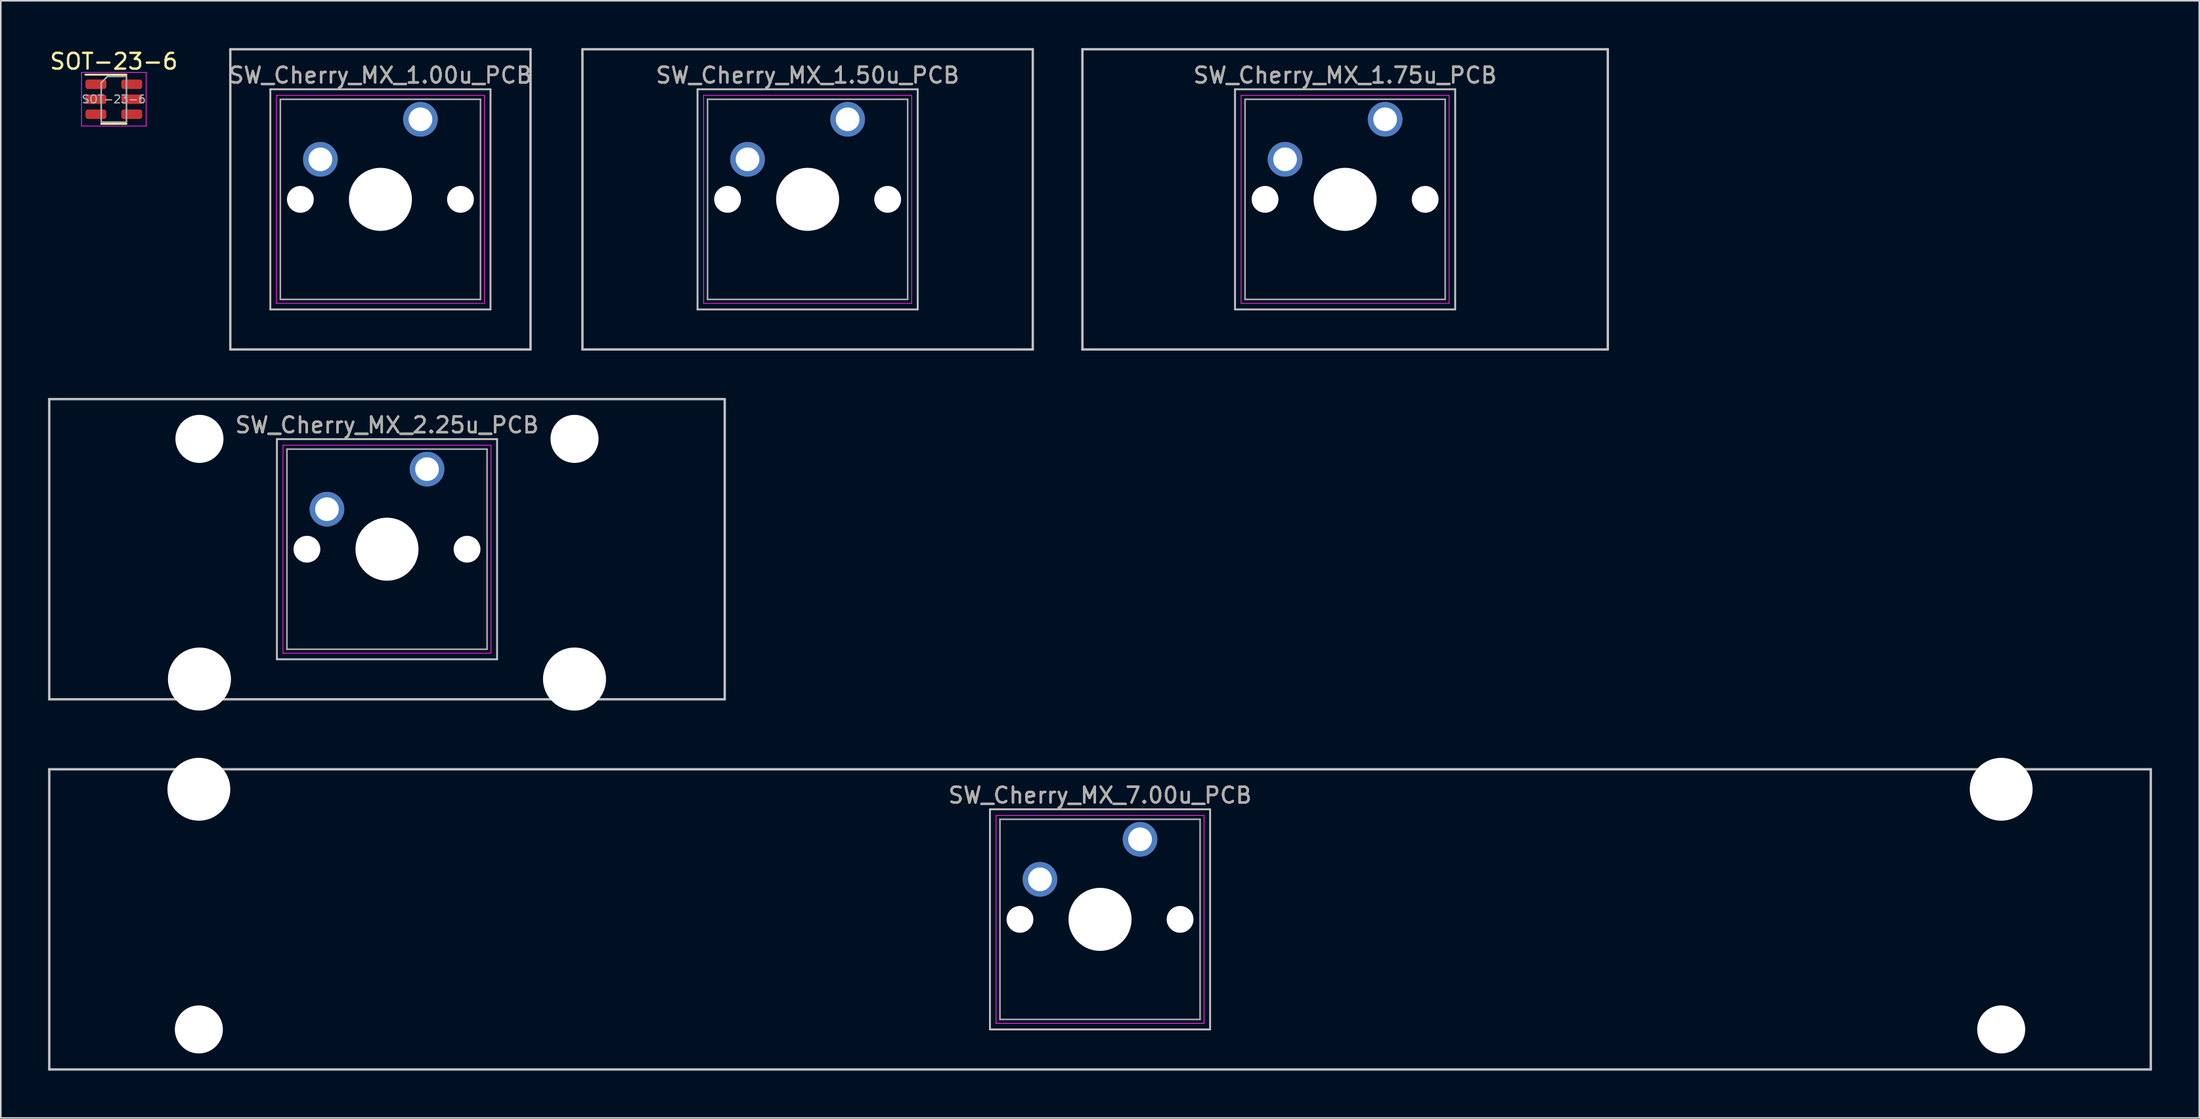
<source format=kicad_pcb>
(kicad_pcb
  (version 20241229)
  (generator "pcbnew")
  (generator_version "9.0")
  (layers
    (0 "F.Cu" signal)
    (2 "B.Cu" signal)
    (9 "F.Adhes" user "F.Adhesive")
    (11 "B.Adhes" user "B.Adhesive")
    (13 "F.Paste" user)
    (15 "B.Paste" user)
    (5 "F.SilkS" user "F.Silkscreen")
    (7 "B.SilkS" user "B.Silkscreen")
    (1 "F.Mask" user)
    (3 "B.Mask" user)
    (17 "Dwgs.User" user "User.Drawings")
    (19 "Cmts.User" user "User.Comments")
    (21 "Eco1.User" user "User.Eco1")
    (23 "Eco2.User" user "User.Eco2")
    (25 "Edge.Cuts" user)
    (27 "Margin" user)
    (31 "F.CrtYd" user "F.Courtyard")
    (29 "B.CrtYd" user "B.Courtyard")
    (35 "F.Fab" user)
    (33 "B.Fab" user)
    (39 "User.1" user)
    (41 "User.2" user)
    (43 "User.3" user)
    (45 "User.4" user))
  (footprint "SW_Cherry_MX_2.25u_PCB"
    (layer "F.Cu")
    (at 24.046 26.72)
    (property "Reference" "SW_Cherry_MX_2.25u_PCB" (at -2.54 -2.794 0) (layer "F.SilkS") (effects (font (size 1 1) (thickness 0.15))))
    (attr through_hole exclude_from_bom)
    (fp_line (start -23.971 -4.445) (end 18.891 -4.445) (stroke (width 0.15) (type solid)) (layer "Dwgs.User"))
    (fp_line (start -23.971 14.605) (end -23.971 -4.445) (stroke (width 0.15) (type solid)) (layer "Dwgs.User"))
    (fp_line (start -9.525 -1.905) (end 4.445 -1.905) (stroke (width 0.12) (type solid)) (layer "Dwgs.User"))
    (fp_line (start -9.525 12.065) (end -9.525 -1.905) (stroke (width 0.12) (type solid)) (layer "Dwgs.User"))
    (fp_line (start 4.445 -1.905) (end 4.445 12.065) (stroke (width 0.12) (type solid)) (layer "Dwgs.User"))
    (fp_line (start 4.445 12.065) (end -9.525 12.065) (stroke (width 0.12) (type solid)) (layer "Dwgs.User"))
    (fp_line (start 18.891 -4.445) (end 18.891 14.605) (stroke (width 0.15) (type solid)) (layer "Dwgs.User"))
    (fp_line (start 18.891 14.605) (end -23.971 14.605) (stroke (width 0.15) (type solid)) (layer "Dwgs.User"))
    (fp_line (start -9.14 -1.52) (end 4.06 -1.52) (stroke (width 0.05) (type solid)) (layer "F.CrtYd"))
    (fp_line (start -9.14 11.68) (end -9.14 -1.52) (stroke (width 0.05) (type solid)) (layer "F.CrtYd"))
    (fp_line (start 4.06 -1.52) (end 4.06 11.68) (stroke (width 0.05) (type solid)) (layer "F.CrtYd"))
    (fp_line (start 4.06 11.68) (end -9.14 11.68) (stroke (width 0.05) (type solid)) (layer "F.CrtYd"))
    (fp_line (start -8.89 -1.27) (end 3.81 -1.27) (stroke (width 0.1) (type solid)) (layer "F.Fab"))
    (fp_line (start -8.89 11.43) (end -8.89 -1.27) (stroke (width 0.1) (type solid)) (layer "F.Fab"))
    (fp_line (start 3.81 -1.27) (end 3.81 11.43) (stroke (width 0.1) (type solid)) (layer "F.Fab"))
    (fp_line (start 3.81 11.43) (end -8.89 11.43) (stroke (width 0.1) (type solid)) (layer "F.Fab"))
    (fp_text user "${REFERENCE}" (at -2.54 -2.794 0) (layer "F.Fab") (effects (font (size 1 1) (thickness 0.15))))
    (pad "" np_thru_hole circle (at -14.44 -1.92) (size 3.05 3.05) (drill 3.05) (layers "*.Cu" "*.Mask"))
    (pad "" np_thru_hole circle (at -14.44 13.32) (size 4 4) (drill 4) (layers "*.Cu" "*.Mask"))
    (pad "" np_thru_hole circle (at -7.62 5.08) (size 1.7 1.7) (drill 1.7) (layers "*.Cu" "*.Mask"))
    (pad "" np_thru_hole circle (at -2.54 5.08) (size 4 4) (drill 4) (layers "*.Cu" "*.Mask"))
    (pad "" np_thru_hole circle (at 2.54 5.08) (size 1.7 1.7) (drill 1.7) (layers "*.Cu" "*.Mask"))
    (pad "" np_thru_hole circle (at 9.36 -1.92) (size 3.05 3.05) (drill 3.05) (layers "*.Cu" "*.Mask"))
    (pad "" np_thru_hole circle (at 9.36 13.32) (size 4 4) (drill 4) (layers "*.Cu" "*.Mask"))
    (pad "1" thru_hole circle (at 0 0) (size 2.2 2.2) (drill 1.5) (layers "*.Cu" "*.Mask"))
    (pad "2" thru_hole circle (at -6.35 2.54) (size 2.2 2.2) (drill 1.5) (layers "*.Cu" "*.Mask")))
  (footprint "SW_Cherry_MX_1.75u_PCB"
    (layer "F.Cu")
    (at 84.842 4.52)
    (property "Reference" "SW_Cherry_MX_1.75u_PCB" (at -2.54 -2.794 0) (layer "F.SilkS") (effects (font (size 1 1) (thickness 0.15))))
    (attr through_hole exclude_from_bom)
    (fp_line (start -19.209 -4.445) (end 14.129 -4.445) (stroke (width 0.15) (type solid)) (layer "Dwgs.User"))
    (fp_line (start -19.209 14.605) (end -19.209 -4.445) (stroke (width 0.15) (type solid)) (layer "Dwgs.User"))
    (fp_line (start -9.525 -1.905) (end 4.445 -1.905) (stroke (width 0.12) (type solid)) (layer "Dwgs.User"))
    (fp_line (start -9.525 12.065) (end -9.525 -1.905) (stroke (width 0.12) (type solid)) (layer "Dwgs.User"))
    (fp_line (start 4.445 -1.905) (end 4.445 12.065) (stroke (width 0.12) (type solid)) (layer "Dwgs.User"))
    (fp_line (start 4.445 12.065) (end -9.525 12.065) (stroke (width 0.12) (type solid)) (layer "Dwgs.User"))
    (fp_line (start 14.129 -4.445) (end 14.129 14.605) (stroke (width 0.15) (type solid)) (layer "Dwgs.User"))
    (fp_line (start 14.129 14.605) (end -19.209 14.605) (stroke (width 0.15) (type solid)) (layer "Dwgs.User"))
    (fp_line (start -9.14 -1.52) (end 4.06 -1.52) (stroke (width 0.05) (type solid)) (layer "F.CrtYd"))
    (fp_line (start -9.14 11.68) (end -9.14 -1.52) (stroke (width 0.05) (type solid)) (layer "F.CrtYd"))
    (fp_line (start 4.06 -1.52) (end 4.06 11.68) (stroke (width 0.05) (type solid)) (layer "F.CrtYd"))
    (fp_line (start 4.06 11.68) (end -9.14 11.68) (stroke (width 0.05) (type solid)) (layer "F.CrtYd"))
    (fp_line (start -8.89 -1.27) (end 3.81 -1.27) (stroke (width 0.1) (type solid)) (layer "F.Fab"))
    (fp_line (start -8.89 11.43) (end -8.89 -1.27) (stroke (width 0.1) (type solid)) (layer "F.Fab"))
    (fp_line (start 3.81 -1.27) (end 3.81 11.43) (stroke (width 0.1) (type solid)) (layer "F.Fab"))
    (fp_line (start 3.81 11.43) (end -8.89 11.43) (stroke (width 0.1) (type solid)) (layer "F.Fab"))
    (fp_text user "${REFERENCE}" (at -2.54 -2.794 0) (layer "F.Fab") (effects (font (size 1 1) (thickness 0.15))))
    (pad "" np_thru_hole circle (at -7.62 5.08) (size 1.7 1.7) (drill 1.7) (layers "*.Cu" "*.Mask"))
    (pad "" np_thru_hole circle (at -2.54 5.08) (size 4 4) (drill 4) (layers "*.Cu" "*.Mask"))
    (pad "" np_thru_hole circle (at 2.54 5.08) (size 1.7 1.7) (drill 1.7) (layers "*.Cu" "*.Mask"))
    (pad "1" thru_hole circle (at 0 0) (size 2.2 2.2) (drill 1.5) (layers "*.Cu" "*.Mask"))
    (pad "2" thru_hole circle (at -6.35 2.54) (size 2.2 2.2) (drill 1.5) (layers "*.Cu" "*.Mask")))
  (footprint "SW_Cherry_MX_1.50u_PCB"
    (layer "F.Cu")
    (at 50.736 4.52)
    (property "Reference" "SW_Cherry_MX_1.50u_PCB" (at -2.54 -2.794 0) (layer "F.SilkS") (effects (font (size 1 1) (thickness 0.15))))
    (attr through_hole exclude_from_bom)
    (fp_line (start -16.828 -4.445) (end 11.748 -4.445) (stroke (width 0.15) (type solid)) (layer "Dwgs.User"))
    (fp_line (start -16.828 14.605) (end -16.828 -4.445) (stroke (width 0.15) (type solid)) (layer "Dwgs.User"))
    (fp_line (start -9.525 -1.905) (end 4.445 -1.905) (stroke (width 0.12) (type solid)) (layer "Dwgs.User"))
    (fp_line (start -9.525 12.065) (end -9.525 -1.905) (stroke (width 0.12) (type solid)) (layer "Dwgs.User"))
    (fp_line (start 4.445 -1.905) (end 4.445 12.065) (stroke (width 0.12) (type solid)) (layer "Dwgs.User"))
    (fp_line (start 4.445 12.065) (end -9.525 12.065) (stroke (width 0.12) (type solid)) (layer "Dwgs.User"))
    (fp_line (start 11.748 -4.445) (end 11.748 14.605) (stroke (width 0.15) (type solid)) (layer "Dwgs.User"))
    (fp_line (start 11.748 14.605) (end -16.828 14.605) (stroke (width 0.15) (type solid)) (layer "Dwgs.User"))
    (fp_line (start -9.14 -1.52) (end 4.06 -1.52) (stroke (width 0.05) (type solid)) (layer "F.CrtYd"))
    (fp_line (start -9.14 11.68) (end -9.14 -1.52) (stroke (width 0.05) (type solid)) (layer "F.CrtYd"))
    (fp_line (start 4.06 -1.52) (end 4.06 11.68) (stroke (width 0.05) (type solid)) (layer "F.CrtYd"))
    (fp_line (start 4.06 11.68) (end -9.14 11.68) (stroke (width 0.05) (type solid)) (layer "F.CrtYd"))
    (fp_line (start -8.89 -1.27) (end 3.81 -1.27) (stroke (width 0.1) (type solid)) (layer "F.Fab"))
    (fp_line (start -8.89 11.43) (end -8.89 -1.27) (stroke (width 0.1) (type solid)) (layer "F.Fab"))
    (fp_line (start 3.81 -1.27) (end 3.81 11.43) (stroke (width 0.1) (type solid)) (layer "F.Fab"))
    (fp_line (start 3.81 11.43) (end -8.89 11.43) (stroke (width 0.1) (type solid)) (layer "F.Fab"))
    (fp_text user "${REFERENCE}" (at -2.54 -2.794 0) (layer "F.Fab") (effects (font (size 1 1) (thickness 0.15))))
    (pad "" np_thru_hole circle (at -7.62 5.08) (size 1.7 1.7) (drill 1.7) (layers "*.Cu" "*.Mask"))
    (pad "" np_thru_hole circle (at -2.54 5.08) (size 4 4) (drill 4) (layers "*.Cu" "*.Mask"))
    (pad "" np_thru_hole circle (at 2.54 5.08) (size 1.7 1.7) (drill 1.7) (layers "*.Cu" "*.Mask"))
    (pad "1" thru_hole circle (at 0 0) (size 2.2 2.2) (drill 1.5) (layers "*.Cu" "*.Mask"))
    (pad "2" thru_hole circle (at -6.35 2.54) (size 2.2 2.2) (drill 1.5) (layers "*.Cu" "*.Mask")))
  (footprint "SW_Cherry_MX_1.00u_PCB"
    (layer "F.Cu")
    (at 23.629 4.52)
    (property "Reference" "SW_Cherry_MX_1.00u_PCB" (at -2.54 -2.794 0) (layer "F.SilkS") (effects (font (size 1 1) (thickness 0.15))))
    (attr through_hole exclude_from_bom)
    (fp_line (start -12.065 -4.445) (end 6.985 -4.445) (stroke (width 0.15) (type solid)) (layer "Dwgs.User"))
    (fp_line (start -12.065 14.605) (end -12.065 -4.445) (stroke (width 0.15) (type solid)) (layer "Dwgs.User"))
    (fp_line (start -9.525 -1.905) (end 4.445 -1.905) (stroke (width 0.12) (type solid)) (layer "Dwgs.User"))
    (fp_line (start -9.525 12.065) (end -9.525 -1.905) (stroke (width 0.12) (type solid)) (layer "Dwgs.User"))
    (fp_line (start 4.445 -1.905) (end 4.445 12.065) (stroke (width 0.12) (type solid)) (layer "Dwgs.User"))
    (fp_line (start 4.445 12.065) (end -9.525 12.065) (stroke (width 0.12) (type solid)) (layer "Dwgs.User"))
    (fp_line (start 6.985 -4.445) (end 6.985 14.605) (stroke (width 0.15) (type solid)) (layer "Dwgs.User"))
    (fp_line (start 6.985 14.605) (end -12.065 14.605) (stroke (width 0.15) (type solid)) (layer "Dwgs.User"))
    (fp_line (start -9.14 -1.52) (end 4.06 -1.52) (stroke (width 0.05) (type solid)) (layer "F.CrtYd"))
    (fp_line (start -9.14 11.68) (end -9.14 -1.52) (stroke (width 0.05) (type solid)) (layer "F.CrtYd"))
    (fp_line (start 4.06 -1.52) (end 4.06 11.68) (stroke (width 0.05) (type solid)) (layer "F.CrtYd"))
    (fp_line (start 4.06 11.68) (end -9.14 11.68) (stroke (width 0.05) (type solid)) (layer "F.CrtYd"))
    (fp_line (start -8.89 -1.27) (end 3.81 -1.27) (stroke (width 0.1) (type solid)) (layer "F.Fab"))
    (fp_line (start -8.89 11.43) (end -8.89 -1.27) (stroke (width 0.1) (type solid)) (layer "F.Fab"))
    (fp_line (start 3.81 -1.27) (end 3.81 11.43) (stroke (width 0.1) (type solid)) (layer "F.Fab"))
    (fp_line (start 3.81 11.43) (end -8.89 11.43) (stroke (width 0.1) (type solid)) (layer "F.Fab"))
    (fp_text user "${REFERENCE}" (at -2.54 -2.794 0) (layer "F.Fab") (effects (font (size 1 1) (thickness 0.15))))
    (pad "" np_thru_hole circle (at -7.62 5.08) (size 1.7 1.7) (drill 1.7) (layers "*.Cu" "*.Mask"))
    (pad "" np_thru_hole circle (at -2.54 5.08) (size 4 4) (drill 4) (layers "*.Cu" "*.Mask"))
    (pad "" np_thru_hole circle (at 2.54 5.08) (size 1.7 1.7) (drill 1.7) (layers "*.Cu" "*.Mask"))
    (pad "1" thru_hole circle (at 0 0) (size 2.2 2.2) (drill 1.5) (layers "*.Cu" "*.Mask"))
    (pad "2" thru_hole circle (at -6.35 2.54) (size 2.2 2.2) (drill 1.5) (layers "*.Cu" "*.Mask")))
  (footprint "SW_Cherry_MX_7.00u_PCB"
    (layer "F.Cu")
    (at 69.291 50.209)
    (property "Reference" "SW_Cherry_MX_7.00u_PCB" (at -2.54 -2.794 0) (layer "F.SilkS") (effects (font (size 1 1) (thickness 0.15))))
    (attr through_hole exclude_from_bom)
    (fp_line (start -69.215 -4.445) (end 64.135 -4.445) (stroke (width 0.152) (type solid)) (layer "Dwgs.User"))
    (fp_line (start -69.215 14.605) (end -69.215 -4.445) (stroke (width 0.152) (type solid)) (layer "Dwgs.User"))
    (fp_line (start -9.525 -1.905) (end 4.445 -1.905) (stroke (width 0.12) (type solid)) (layer "Dwgs.User"))
    (fp_line (start -9.525 12.065) (end -9.525 -1.905) (stroke (width 0.12) (type solid)) (layer "Dwgs.User"))
    (fp_line (start 4.445 -1.905) (end 4.445 12.065) (stroke (width 0.12) (type solid)) (layer "Dwgs.User"))
    (fp_line (start 4.445 12.065) (end -9.525 12.065) (stroke (width 0.12) (type solid)) (layer "Dwgs.User"))
    (fp_line (start 64.135 -4.445) (end 64.135 14.605) (stroke (width 0.152) (type solid)) (layer "Dwgs.User"))
    (fp_line (start 64.135 14.605) (end -69.215 14.605) (stroke (width 0.152) (type solid)) (layer "Dwgs.User"))
    (fp_line (start -9.14 -1.52) (end 4.06 -1.52) (stroke (width 0.05) (type solid)) (layer "F.CrtYd"))
    (fp_line (start -9.14 11.68) (end -9.14 -1.52) (stroke (width 0.05) (type solid)) (layer "F.CrtYd"))
    (fp_line (start 4.06 -1.52) (end 4.06 11.68) (stroke (width 0.05) (type solid)) (layer "F.CrtYd"))
    (fp_line (start 4.06 11.68) (end -9.14 11.68) (stroke (width 0.05) (type solid)) (layer "F.CrtYd"))
    (fp_line (start -8.89 -1.27) (end 3.81 -1.27) (stroke (width 0.1) (type solid)) (layer "F.Fab"))
    (fp_line (start -8.89 11.43) (end -8.89 -1.27) (stroke (width 0.1) (type solid)) (layer "F.Fab"))
    (fp_line (start 3.81 -1.27) (end 3.81 11.43) (stroke (width 0.1) (type solid)) (layer "F.Fab"))
    (fp_line (start 3.81 11.43) (end -8.89 11.43) (stroke (width 0.1) (type solid)) (layer "F.Fab"))
    (fp_text user "${REFERENCE}" (at -2.54 -2.794 0) (layer "F.Fab") (effects (font (size 1 1) (thickness 0.15))))
    (pad "" np_thru_hole circle (at -59.722 -3.175) (size 3.988 3.988) (drill 3.988) (layers "*.Cu" "*.Mask"))
    (pad "" np_thru_hole circle (at -59.722 12.065) (size 3.048 3.048) (drill 3.048) (layers "*.Cu" "*.Mask"))
    (pad "" np_thru_hole circle (at -7.62 5.08) (size 1.7 1.7) (drill 1.7) (layers "*.Cu" "*.Mask"))
    (pad "" np_thru_hole circle (at -2.54 5.08) (size 4 4) (drill 4) (layers "*.Cu" "*.Mask"))
    (pad "" np_thru_hole circle (at 2.54 5.08) (size 1.7 1.7) (drill 1.7) (layers "*.Cu" "*.Mask"))
    (pad "" np_thru_hole circle (at 54.642 -3.175) (size 3.988 3.988) (drill 3.988) (layers "*.Cu" "*.Mask"))
    (pad "" np_thru_hole circle (at 54.642 12.065) (size 3.048 3.048) (drill 3.048) (layers "*.Cu" "*.Mask"))
    (pad "1" thru_hole circle (at 0 0) (size 2.2 2.2) (drill 1.5) (layers "*.Cu" "*.Mask"))
    (pad "2" thru_hole circle (at -6.35 2.54) (size 2.2 2.2) (drill 1.5) (layers "*.Cu" "*.Mask")))
  (footprint "SOT-23-6"
    (layer "F.Cu")
    (at 4.173 3.248)
    (property "Reference" "SOT-23-6" (at 0 -2.4 0) (layer "F.SilkS") (effects (font (size 1 1) (thickness 0.15))))
    (attr smd)
    (fp_line (start 0 -1.56) (end -1.8 -1.56) (stroke (width 0.12) (type solid)) (layer "F.SilkS"))
    (fp_line (start 0 -1.56) (end 0.8 -1.56) (stroke (width 0.12) (type solid)) (layer "F.SilkS"))
    (fp_line (start 0 1.56) (end -0.8 1.56) (stroke (width 0.12) (type solid)) (layer "F.SilkS"))
    (fp_line (start 0 1.56) (end 0.8 1.56) (stroke (width 0.12) (type solid)) (layer "F.SilkS"))
    (fp_line (start -2.05 -1.7) (end -2.05 1.7) (stroke (width 0.05) (type solid)) (layer "F.CrtYd"))
    (fp_line (start -2.05 1.7) (end 2.05 1.7) (stroke (width 0.05) (type solid)) (layer "F.CrtYd"))
    (fp_line (start 2.05 -1.7) (end -2.05 -1.7) (stroke (width 0.05) (type solid)) (layer "F.CrtYd"))
    (fp_line (start 2.05 1.7) (end 2.05 -1.7) (stroke (width 0.05) (type solid)) (layer "F.CrtYd"))
    (fp_line (start -0.8 -1.05) (end -0.4 -1.45) (stroke (width 0.1) (type solid)) (layer "F.Fab"))
    (fp_line (start -0.8 1.45) (end -0.8 -1.05) (stroke (width 0.1) (type solid)) (layer "F.Fab"))
    (fp_line (start -0.4 -1.45) (end 0.8 -1.45) (stroke (width 0.1) (type solid)) (layer "F.Fab"))
    (fp_line (start 0.8 -1.45) (end 0.8 1.45) (stroke (width 0.1) (type solid)) (layer "F.Fab"))
    (fp_line (start 0.8 1.45) (end -0.8 1.45) (stroke (width 0.1) (type solid)) (layer "F.Fab"))
    (fp_text user "${REFERENCE}" (at 0 0 0) (layer "F.Fab") (effects (font (size 0.5 0.5) (thickness 0.08))))
    (pad "1" smd roundrect (at -1.137 -0.95 180) (size 1.325 0.6) (layers "F.Cu" "F.Mask" "F.Paste") (roundrect_rratio 0.25))
    (pad "2" smd roundrect (at -1.137 0 180) (size 1.325 0.6) (layers "F.Cu" "F.Mask" "F.Paste") (roundrect_rratio 0.25))
    (pad "3" smd roundrect (at -1.137 0.95 180) (size 1.325 0.6) (layers "F.Cu" "F.Mask" "F.Paste") (roundrect_rratio 0.25))
    (pad "4" smd roundrect (at 1.137 0.95 180) (size 1.325 0.6) (layers "F.Cu" "F.Mask" "F.Paste") (roundrect_rratio 0.25))
    (pad "5" smd roundrect (at 1.137 0 180) (size 1.325 0.6) (layers "F.Cu" "F.Mask" "F.Paste") (roundrect_rratio 0.25))
    (pad "6" smd roundrect (at 1.137 -0.95 180) (size 1.325 0.6) (layers "F.Cu" "F.Mask" "F.Paste") (roundrect_rratio 0.25)))
  (gr_rect
    (start -3 -3)
    (end 136.502 67.89)
    (stroke (width 0.1) (type default))
    (fill no)
    (layer "Edge.Cuts")))
</source>
